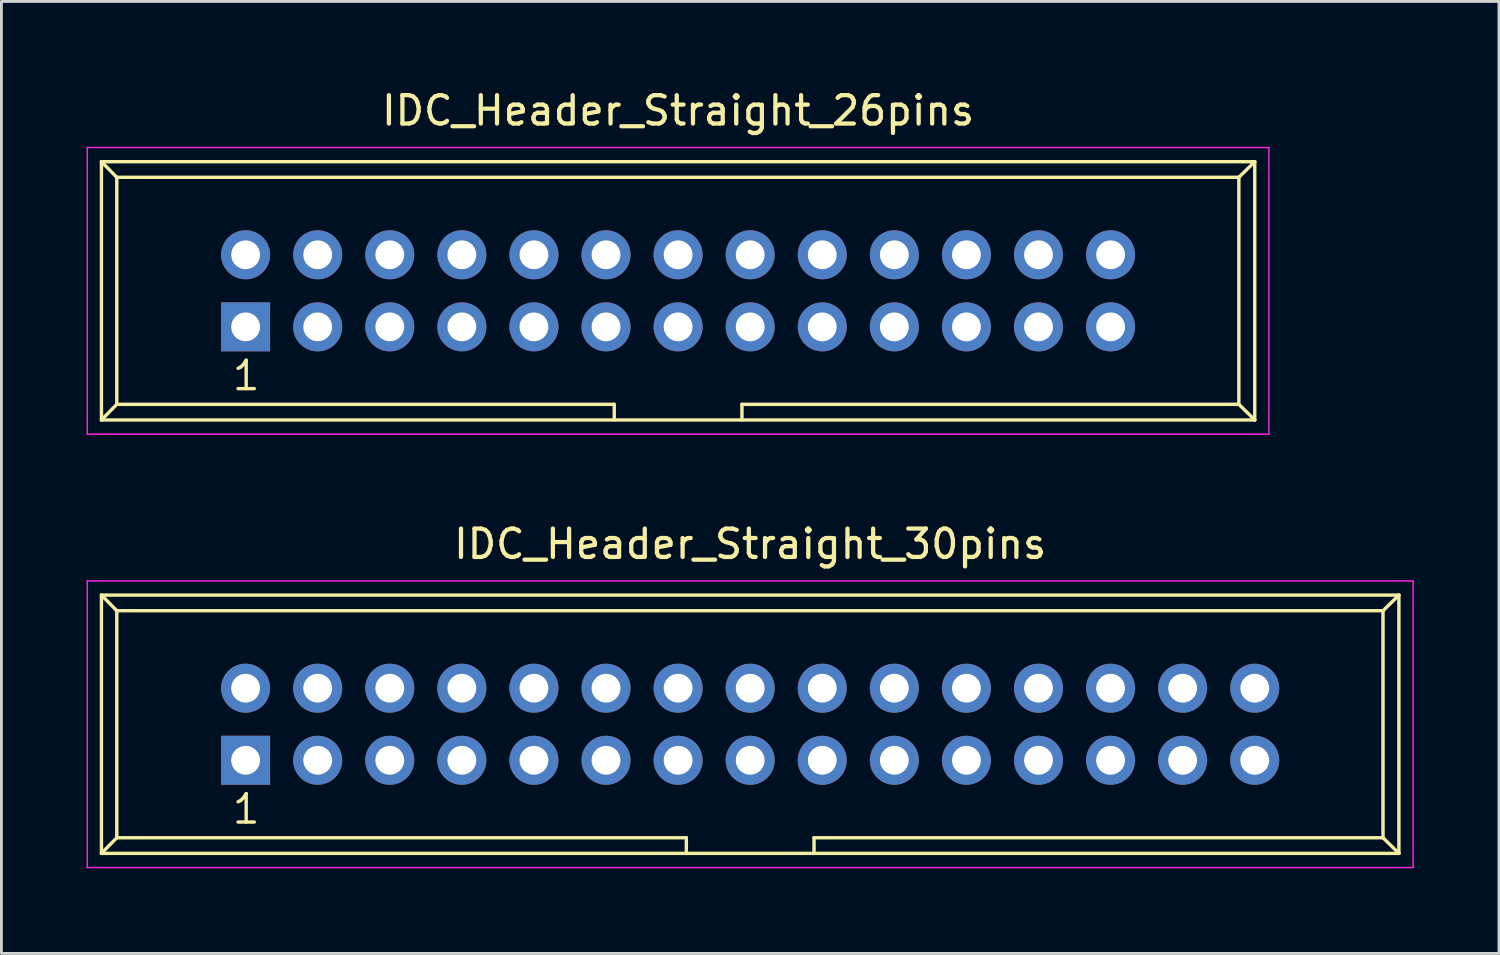
<source format=kicad_pcb>
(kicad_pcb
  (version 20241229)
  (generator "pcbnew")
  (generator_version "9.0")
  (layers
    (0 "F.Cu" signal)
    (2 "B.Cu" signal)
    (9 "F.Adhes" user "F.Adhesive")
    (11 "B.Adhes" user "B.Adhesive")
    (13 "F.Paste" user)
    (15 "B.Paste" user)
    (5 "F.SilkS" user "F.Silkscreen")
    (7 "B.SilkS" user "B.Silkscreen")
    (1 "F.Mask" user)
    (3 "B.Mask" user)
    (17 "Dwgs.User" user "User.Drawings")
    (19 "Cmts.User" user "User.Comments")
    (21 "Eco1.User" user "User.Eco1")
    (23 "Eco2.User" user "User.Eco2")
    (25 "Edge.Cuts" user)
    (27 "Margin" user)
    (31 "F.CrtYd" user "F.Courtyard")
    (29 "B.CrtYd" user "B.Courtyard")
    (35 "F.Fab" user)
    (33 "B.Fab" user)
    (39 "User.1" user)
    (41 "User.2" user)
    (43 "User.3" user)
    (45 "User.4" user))
  (footprint "IDC_Header_Straight_26pins"
    (layer "F.Cu")
    (at 5.605 8.468)
    (property "Reference" "IDC_Header_Straight_26pins" (at 15.24 -7.62 0) (layer "F.SilkS") (effects (font (size 1 1) (thickness 0.15))))
    (attr through_hole)
    (fp_line (start -5.08 -5.82) (end -5.08 3.28) (stroke (width 0.12) (type solid)) (layer "F.SilkS"))
    (fp_line (start -5.08 -5.82) (end -4.54 -5.27) (stroke (width 0.12) (type solid)) (layer "F.SilkS"))
    (fp_line (start -5.08 -5.82) (end 35.56 -5.82) (stroke (width 0.12) (type solid)) (layer "F.SilkS"))
    (fp_line (start -5.08 3.28) (end -4.54 2.73) (stroke (width 0.12) (type solid)) (layer "F.SilkS"))
    (fp_line (start -5.08 3.28) (end 35.56 3.28) (stroke (width 0.12) (type solid)) (layer "F.SilkS"))
    (fp_line (start -4.54 -5.27) (end -4.54 2.73) (stroke (width 0.12) (type solid)) (layer "F.SilkS"))
    (fp_line (start -4.54 -5.27) (end 35 -5.27) (stroke (width 0.12) (type solid)) (layer "F.SilkS"))
    (fp_line (start -4.54 2.73) (end 12.99 2.73) (stroke (width 0.12) (type solid)) (layer "F.SilkS"))
    (fp_line (start 12.99 2.73) (end 12.99 3.28) (stroke (width 0.12) (type solid)) (layer "F.SilkS"))
    (fp_line (start 17.49 2.73) (end 17.49 3.28) (stroke (width 0.12) (type solid)) (layer "F.SilkS"))
    (fp_line (start 17.49 2.73) (end 35 2.73) (stroke (width 0.12) (type solid)) (layer "F.SilkS"))
    (fp_line (start 35 -5.27) (end 35 2.73) (stroke (width 0.12) (type solid)) (layer "F.SilkS"))
    (fp_line (start 35.56 -5.82) (end 35 -5.27) (stroke (width 0.12) (type solid)) (layer "F.SilkS"))
    (fp_line (start 35.56 -5.82) (end 35.56 3.28) (stroke (width 0.12) (type solid)) (layer "F.SilkS"))
    (fp_line (start 35.56 3.28) (end 35 2.73) (stroke (width 0.12) (type solid)) (layer "F.SilkS"))
    (fp_line (start -5.58 -6.32) (end 36.06 -6.32) (stroke (width 0.05) (type solid)) (layer "F.CrtYd"))
    (fp_line (start -5.58 3.78) (end -5.58 -6.32) (stroke (width 0.05) (type solid)) (layer "F.CrtYd"))
    (fp_line (start 36.06 -6.32) (end 36.06 3.78) (stroke (width 0.05) (type solid)) (layer "F.CrtYd"))
    (fp_line (start 36.06 3.78) (end -5.58 3.78) (stroke (width 0.05) (type solid)) (layer "F.CrtYd"))
    (fp_text user "1" (at 0.02 1.72 0) (layer "F.SilkS") (effects (font (size 1 1) (thickness 0.12))))
    (pad "1" thru_hole rect (at 0 0) (size 1.727 1.727) (drill 1.016) (layers "*.Cu" "*.Mask"))
    (pad "2" thru_hole oval (at 0 -2.54) (size 1.727 1.727) (drill 1.016) (layers "*.Cu" "*.Mask"))
    (pad "3" thru_hole oval (at 2.54 0) (size 1.727 1.727) (drill 1.016) (layers "*.Cu" "*.Mask"))
    (pad "4" thru_hole oval (at 2.54 -2.54) (size 1.727 1.727) (drill 1.016) (layers "*.Cu" "*.Mask"))
    (pad "5" thru_hole oval (at 5.08 0) (size 1.727 1.727) (drill 1.016) (layers "*.Cu" "*.Mask"))
    (pad "6" thru_hole oval (at 5.08 -2.54) (size 1.727 1.727) (drill 1.016) (layers "*.Cu" "*.Mask"))
    (pad "7" thru_hole oval (at 7.62 0) (size 1.727 1.727) (drill 1.016) (layers "*.Cu" "*.Mask"))
    (pad "8" thru_hole oval (at 7.62 -2.54) (size 1.727 1.727) (drill 1.016) (layers "*.Cu" "*.Mask"))
    (pad "9" thru_hole oval (at 10.16 0) (size 1.727 1.727) (drill 1.016) (layers "*.Cu" "*.Mask"))
    (pad "10" thru_hole oval (at 10.16 -2.54) (size 1.727 1.727) (drill 1.016) (layers "*.Cu" "*.Mask"))
    (pad "11" thru_hole oval (at 12.7 0) (size 1.727 1.727) (drill 1.016) (layers "*.Cu" "*.Mask"))
    (pad "12" thru_hole oval (at 12.7 -2.54) (size 1.727 1.727) (drill 1.016) (layers "*.Cu" "*.Mask"))
    (pad "13" thru_hole oval (at 15.24 0) (size 1.727 1.727) (drill 1.016) (layers "*.Cu" "*.Mask"))
    (pad "14" thru_hole oval (at 15.24 -2.54) (size 1.727 1.727) (drill 1.016) (layers "*.Cu" "*.Mask"))
    (pad "15" thru_hole oval (at 17.78 0) (size 1.727 1.727) (drill 1.016) (layers "*.Cu" "*.Mask"))
    (pad "16" thru_hole oval (at 17.78 -2.54) (size 1.727 1.727) (drill 1.016) (layers "*.Cu" "*.Mask"))
    (pad "17" thru_hole oval (at 20.32 0) (size 1.727 1.727) (drill 1.016) (layers "*.Cu" "*.Mask"))
    (pad "18" thru_hole oval (at 20.32 -2.54) (size 1.727 1.727) (drill 1.016) (layers "*.Cu" "*.Mask"))
    (pad "19" thru_hole oval (at 22.86 0) (size 1.727 1.727) (drill 1.016) (layers "*.Cu" "*.Mask"))
    (pad "20" thru_hole oval (at 22.86 -2.54) (size 1.727 1.727) (drill 1.016) (layers "*.Cu" "*.Mask"))
    (pad "21" thru_hole oval (at 25.4 0) (size 1.727 1.727) (drill 1.016) (layers "*.Cu" "*.Mask"))
    (pad "22" thru_hole oval (at 25.4 -2.54) (size 1.727 1.727) (drill 1.016) (layers "*.Cu" "*.Mask"))
    (pad "23" thru_hole oval (at 27.94 0) (size 1.727 1.727) (drill 1.016) (layers "*.Cu" "*.Mask"))
    (pad "24" thru_hole oval (at 27.94 -2.54) (size 1.727 1.727) (drill 1.016) (layers "*.Cu" "*.Mask"))
    (pad "25" thru_hole oval (at 30.48 0) (size 1.727 1.727) (drill 1.016) (layers "*.Cu" "*.Mask"))
    (pad "26" thru_hole oval (at 30.48 -2.54) (size 1.727 1.727) (drill 1.016) (layers "*.Cu" "*.Mask")))
  (footprint "IDC_Header_Straight_30pins"
    (layer "F.Cu")
    (at 5.605 23.741)
    (property "Reference" "IDC_Header_Straight_30pins" (at 17.78 -7.62 0) (layer "F.SilkS") (effects (font (size 1 1) (thickness 0.15))))
    (attr through_hole)
    (fp_line (start -5.08 -5.82) (end -5.08 3.28) (stroke (width 0.12) (type solid)) (layer "F.SilkS"))
    (fp_line (start -5.08 -5.82) (end -4.54 -5.27) (stroke (width 0.12) (type solid)) (layer "F.SilkS"))
    (fp_line (start -5.08 -5.82) (end 40.64 -5.82) (stroke (width 0.12) (type solid)) (layer "F.SilkS"))
    (fp_line (start -5.08 3.28) (end -4.54 2.73) (stroke (width 0.12) (type solid)) (layer "F.SilkS"))
    (fp_line (start -5.08 3.28) (end 40.64 3.28) (stroke (width 0.12) (type solid)) (layer "F.SilkS"))
    (fp_line (start -4.54 -5.27) (end -4.54 2.73) (stroke (width 0.12) (type solid)) (layer "F.SilkS"))
    (fp_line (start -4.54 -5.27) (end 40.08 -5.27) (stroke (width 0.12) (type solid)) (layer "F.SilkS"))
    (fp_line (start -4.54 2.73) (end 15.53 2.73) (stroke (width 0.12) (type solid)) (layer "F.SilkS"))
    (fp_line (start 15.53 2.73) (end 15.53 3.28) (stroke (width 0.12) (type solid)) (layer "F.SilkS"))
    (fp_line (start 20.03 2.73) (end 20.03 3.28) (stroke (width 0.12) (type solid)) (layer "F.SilkS"))
    (fp_line (start 20.03 2.73) (end 40.08 2.73) (stroke (width 0.12) (type solid)) (layer "F.SilkS"))
    (fp_line (start 40.08 -5.27) (end 40.08 2.73) (stroke (width 0.12) (type solid)) (layer "F.SilkS"))
    (fp_line (start 40.64 -5.82) (end 40.08 -5.27) (stroke (width 0.12) (type solid)) (layer "F.SilkS"))
    (fp_line (start 40.64 -5.82) (end 40.64 3.28) (stroke (width 0.12) (type solid)) (layer "F.SilkS"))
    (fp_line (start 40.64 3.28) (end 40.08 2.73) (stroke (width 0.12) (type solid)) (layer "F.SilkS"))
    (fp_line (start -5.58 -6.32) (end 41.14 -6.32) (stroke (width 0.05) (type solid)) (layer "F.CrtYd"))
    (fp_line (start -5.58 3.78) (end -5.58 -6.32) (stroke (width 0.05) (type solid)) (layer "F.CrtYd"))
    (fp_line (start 41.14 -6.32) (end 41.14 3.78) (stroke (width 0.05) (type solid)) (layer "F.CrtYd"))
    (fp_line (start 41.14 3.78) (end -5.58 3.78) (stroke (width 0.05) (type solid)) (layer "F.CrtYd"))
    (fp_text user "1" (at 0.02 1.72 0) (layer "F.SilkS") (effects (font (size 1 1) (thickness 0.12))))
    (pad "1" thru_hole rect (at 0 0) (size 1.727 1.727) (drill 1.016) (layers "*.Cu" "*.Mask"))
    (pad "2" thru_hole oval (at 0 -2.54) (size 1.727 1.727) (drill 1.016) (layers "*.Cu" "*.Mask"))
    (pad "3" thru_hole oval (at 2.54 0) (size 1.727 1.727) (drill 1.016) (layers "*.Cu" "*.Mask"))
    (pad "4" thru_hole oval (at 2.54 -2.54) (size 1.727 1.727) (drill 1.016) (layers "*.Cu" "*.Mask"))
    (pad "5" thru_hole oval (at 5.08 0) (size 1.727 1.727) (drill 1.016) (layers "*.Cu" "*.Mask"))
    (pad "6" thru_hole oval (at 5.08 -2.54) (size 1.727 1.727) (drill 1.016) (layers "*.Cu" "*.Mask"))
    (pad "7" thru_hole oval (at 7.62 0) (size 1.727 1.727) (drill 1.016) (layers "*.Cu" "*.Mask"))
    (pad "8" thru_hole oval (at 7.62 -2.54) (size 1.727 1.727) (drill 1.016) (layers "*.Cu" "*.Mask"))
    (pad "9" thru_hole oval (at 10.16 0) (size 1.727 1.727) (drill 1.016) (layers "*.Cu" "*.Mask"))
    (pad "10" thru_hole oval (at 10.16 -2.54) (size 1.727 1.727) (drill 1.016) (layers "*.Cu" "*.Mask"))
    (pad "11" thru_hole oval (at 12.7 0) (size 1.727 1.727) (drill 1.016) (layers "*.Cu" "*.Mask"))
    (pad "12" thru_hole oval (at 12.7 -2.54) (size 1.727 1.727) (drill 1.016) (layers "*.Cu" "*.Mask"))
    (pad "13" thru_hole oval (at 15.24 0) (size 1.727 1.727) (drill 1.016) (layers "*.Cu" "*.Mask"))
    (pad "14" thru_hole oval (at 15.24 -2.54) (size 1.727 1.727) (drill 1.016) (layers "*.Cu" "*.Mask"))
    (pad "15" thru_hole oval (at 17.78 0) (size 1.727 1.727) (drill 1.016) (layers "*.Cu" "*.Mask"))
    (pad "16" thru_hole oval (at 17.78 -2.54) (size 1.727 1.727) (drill 1.016) (layers "*.Cu" "*.Mask"))
    (pad "17" thru_hole oval (at 20.32 0) (size 1.727 1.727) (drill 1.016) (layers "*.Cu" "*.Mask"))
    (pad "18" thru_hole oval (at 20.32 -2.54) (size 1.727 1.727) (drill 1.016) (layers "*.Cu" "*.Mask"))
    (pad "19" thru_hole oval (at 22.86 0) (size 1.727 1.727) (drill 1.016) (layers "*.Cu" "*.Mask"))
    (pad "20" thru_hole oval (at 22.86 -2.54) (size 1.727 1.727) (drill 1.016) (layers "*.Cu" "*.Mask"))
    (pad "21" thru_hole oval (at 25.4 0) (size 1.727 1.727) (drill 1.016) (layers "*.Cu" "*.Mask"))
    (pad "22" thru_hole oval (at 25.4 -2.54) (size 1.727 1.727) (drill 1.016) (layers "*.Cu" "*.Mask"))
    (pad "23" thru_hole oval (at 27.94 0) (size 1.727 1.727) (drill 1.016) (layers "*.Cu" "*.Mask"))
    (pad "24" thru_hole oval (at 27.94 -2.54) (size 1.727 1.727) (drill 1.016) (layers "*.Cu" "*.Mask"))
    (pad "25" thru_hole oval (at 30.48 0) (size 1.727 1.727) (drill 1.016) (layers "*.Cu" "*.Mask"))
    (pad "26" thru_hole oval (at 30.48 -2.54) (size 1.727 1.727) (drill 1.016) (layers "*.Cu" "*.Mask"))
    (pad "27" thru_hole oval (at 33.02 0) (size 1.727 1.727) (drill 1.016) (layers "*.Cu" "*.Mask"))
    (pad "28" thru_hole oval (at 33.02 -2.54) (size 1.727 1.727) (drill 1.016) (layers "*.Cu" "*.Mask"))
    (pad "29" thru_hole oval (at 35.56 0) (size 1.727 1.727) (drill 1.016) (layers "*.Cu" "*.Mask"))
    (pad "30" thru_hole oval (at 35.56 -2.54) (size 1.727 1.727) (drill 1.016) (layers "*.Cu" "*.Mask")))
  (gr_rect
    (start -3 -3)
    (end 49.77 30.547)
    (stroke (width 0.1) (type default))
    (fill no)
    (layer "Edge.Cuts")))
</source>
